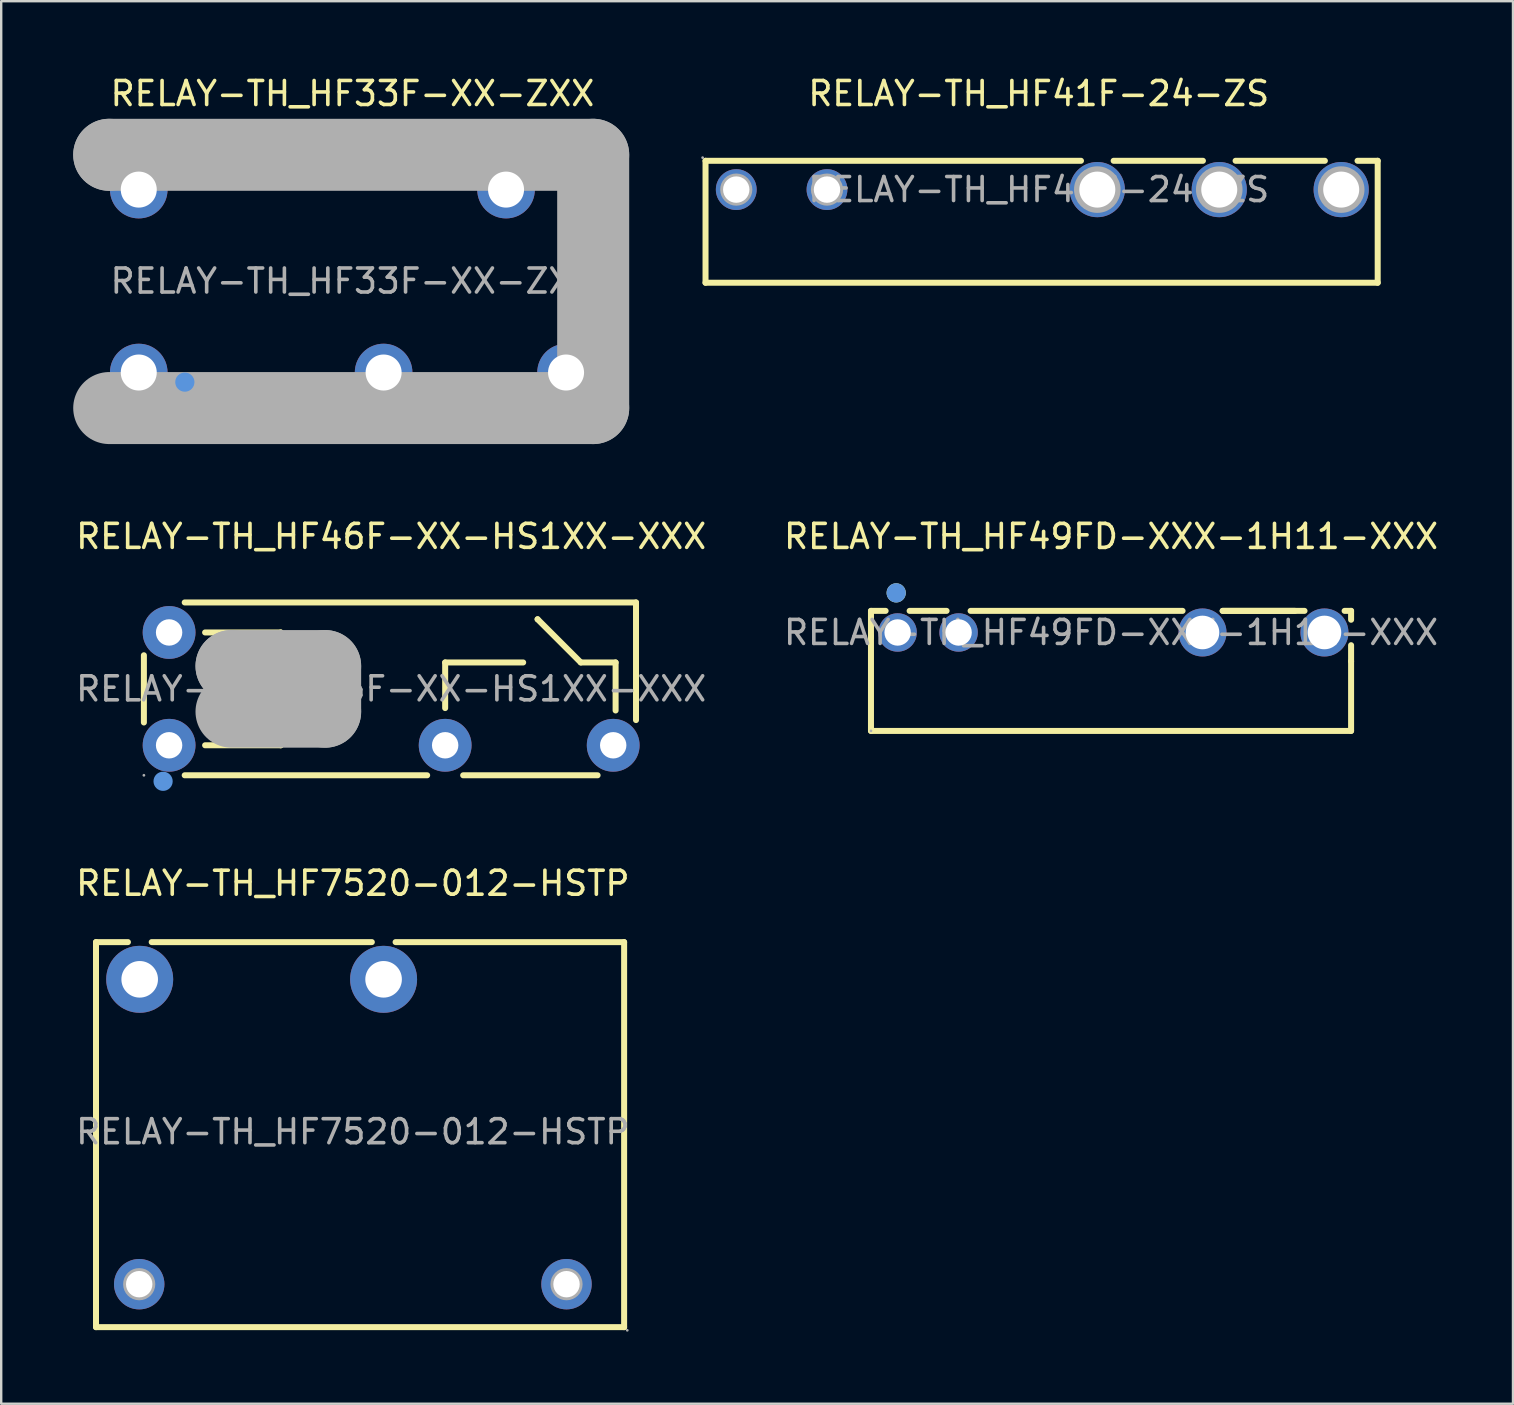
<source format=kicad_pcb>
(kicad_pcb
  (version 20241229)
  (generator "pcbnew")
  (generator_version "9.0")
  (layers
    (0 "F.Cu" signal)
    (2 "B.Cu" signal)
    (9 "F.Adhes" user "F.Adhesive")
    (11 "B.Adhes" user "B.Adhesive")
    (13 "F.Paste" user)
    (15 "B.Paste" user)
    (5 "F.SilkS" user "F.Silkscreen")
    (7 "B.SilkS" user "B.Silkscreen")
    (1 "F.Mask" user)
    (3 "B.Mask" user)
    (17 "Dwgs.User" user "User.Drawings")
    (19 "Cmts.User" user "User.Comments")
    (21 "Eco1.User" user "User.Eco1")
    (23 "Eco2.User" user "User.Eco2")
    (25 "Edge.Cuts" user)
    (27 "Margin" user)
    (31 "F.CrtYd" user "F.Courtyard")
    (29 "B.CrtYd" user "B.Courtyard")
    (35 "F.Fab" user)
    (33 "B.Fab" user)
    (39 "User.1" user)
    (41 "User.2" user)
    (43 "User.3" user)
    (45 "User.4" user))
  (footprint "RELAY-TH_HF41F-24-ZS"
    (layer "F.Cu")
    (at 40.22 4.848)
    (property "Reference" "RELAY-TH_HF41F-24-ZS" (at 0 -4 0) (layer "F.SilkS") (effects (font (size 1 1) (thickness 0.15))))
    (attr through_hole)
    (fp_line (start -13.88 3.88) (end -13.88 -1.2) (stroke (width 0.25) (type solid)) (layer "F.SilkS"))
    (fp_line (start 1.76 -1.2) (end -13.88 -1.2) (stroke (width 0.25) (type solid)) (layer "F.SilkS"))
    (fp_line (start 6.84 -1.2) (end 3.12 -1.2) (stroke (width 0.25) (type solid)) (layer "F.SilkS"))
    (fp_line (start 11.92 -1.2) (end 8.2 -1.2) (stroke (width 0.25) (type solid)) (layer "F.SilkS"))
    (fp_line (start 14.12 -1.2) (end 13.28 -1.2) (stroke (width 0.25) (type solid)) (layer "F.SilkS"))
    (fp_line (start 14.12 -1.2) (end 14.12 3.88) (stroke (width 0.25) (type solid)) (layer "F.SilkS"))
    (fp_line (start 14.12 3.88) (end -13.88 3.88) (stroke (width 0.25) (type solid)) (layer "F.SilkS"))
    (fp_circle (center -14 -1.33) (end -13.97 -1.33) (stroke (width 0.06) (type solid)) (fill no) (layer "F.Fab"))
    (fp_circle (center -12.6 0) (end -12.38 0) (stroke (width 0.45) (type solid)) (fill no) (layer "F.Fab"))
    (fp_circle (center -8.82 0) (end -8.6 0) (stroke (width 0.45) (type solid)) (fill no) (layer "F.Fab"))
    (fp_circle (center 2.44 0) (end 2.76 0) (stroke (width 0.65) (type solid)) (fill no) (layer "F.Fab"))
    (fp_circle (center 7.52 0) (end 7.84 0) (stroke (width 0.65) (type solid)) (fill no) (layer "F.Fab"))
    (fp_circle (center 12.6 0) (end 12.92 0) (stroke (width 0.65) (type solid)) (fill no) (layer "F.Fab"))
    (fp_text user "${REFERENCE}" (at 0 0 0) (layer "F.Fab") (effects (font (size 1 1) (thickness 0.15))))
    (pad "1" thru_hole circle (at -12.6 0) (size 1.7 1.7) (drill 1.1) (layers "*.Cu" "*.Paste" "*.Mask"))
    (pad "2" thru_hole circle (at -8.82 0) (size 1.7 1.7) (drill 1.1) (layers "*.Cu" "*.Paste" "*.Mask"))
    (pad "3" thru_hole circle (at 2.44 0) (size 2.3 2.3) (drill 1.5) (layers "*.Cu" "*.Paste" "*.Mask"))
    (pad "4" thru_hole circle (at 7.52 0) (size 2.3 2.3) (drill 1.5) (layers "*.Cu" "*.Paste" "*.Mask"))
    (pad "5" thru_hole circle (at 12.6 0) (size 2.3 2.3) (drill 1.5) (layers "*.Cu" "*.Paste" "*.Mask")))
  (footprint "RELAY-TH_HF33F-XX-ZXX"
    (layer "F.Cu")
    (at 11.63 8.658)
    (property "Reference" "RELAY-TH_HF33F-XX-ZXX" (at 0 -7.81 0) (layer "F.SilkS") (effects (font (size 1 1) (thickness 0.15))))
    (attr through_hole)
    (fp_circle (center -7.22 4.48) (end -7.02 4.48) (stroke (width 0.4) (type solid)) (fill no) (layer "F.SilkS"))
    (fp_circle (center -6.98 4.21) (end -6.78 4.21) (stroke (width 0.4) (type solid)) (fill no) (layer "Cmts.User"))
    (fp_line (start -10.13 -5.26) (end -10.13 -5.26) (stroke (width 3) (type solid)) (layer "F.Fab"))
    (fp_line (start -10.13 -5.26) (end 10.03 -5.26) (stroke (width 3) (type solid)) (layer "F.Fab"))
    (fp_line (start 10.03 -5.26) (end 10.03 5.29) (stroke (width 3) (type solid)) (layer "F.Fab"))
    (fp_line (start 10.03 5.29) (end -10.13 5.29) (stroke (width 3) (type solid)) (layer "F.Fab"))
    (fp_circle (center -10.01 5.1) (end -9.98 5.1) (stroke (width 0.06) (type solid)) (fill no) (layer "F.Fab"))
    (fp_text user "${REFERENCE}" (at 0 0 0) (layer "F.Fab") (effects (font (size 1 1) (thickness 0.15))))
    (pad "1" thru_hole circle (at -8.9 3.81) (size 2.4 2.4) (drill 1.5) (layers "*.Cu" "*.Paste" "*.Mask"))
    (pad "2" thru_hole circle (at -8.9 -3.81) (size 2.4 2.4) (drill 1.5) (layers "*.Cu" "*.Paste" "*.Mask"))
    (pad "3" thru_hole circle (at 1.3 3.81) (size 2.4 2.4) (drill 1.5) (layers "*.Cu" "*.Paste" "*.Mask"))
    (pad "4" thru_hole circle (at 8.9 3.81) (size 2.4 2.4) (drill 1.5) (layers "*.Cu" "*.Paste" "*.Mask"))
    (pad "5" thru_hole circle (at 6.4 -3.81) (size 2.4 2.4) (drill 1.5) (layers "*.Cu" "*.Paste" "*.Mask")))
  (footprint "RELAY-TH_HF49FD-XXX-1H11-XXX"
    (layer "F.Cu")
    (at 43.232 23.297)
    (property "Reference" "RELAY-TH_HF49FD-XXX-1H11-XXX" (at 0 -4 0) (layer "F.SilkS") (effects (font (size 1 1) (thickness 0.15))))
    (attr through_hole)
    (fp_line (start -10 -0.9) (end -9.39 -0.9) (stroke (width 0.25) (type solid)) (layer "F.SilkS"))
    (fp_line (start -10 0.2) (end -10 -0.9) (stroke (width 0.25) (type solid)) (layer "F.SilkS"))
    (fp_line (start -10 4.1) (end -10 0.15) (stroke (width 0.25) (type solid)) (layer "F.SilkS"))
    (fp_line (start -8.39 -0.9) (end -6.85 -0.9) (stroke (width 0.25) (type solid)) (layer "F.SilkS"))
    (fp_line (start -5.85 -0.9) (end 2.98 -0.9) (stroke (width 0.25) (type solid)) (layer "F.SilkS"))
    (fp_line (start 4.65 -0.9) (end 7.66 -0.9) (stroke (width 0.25) (type solid)) (layer "F.SilkS"))
    (fp_line (start 4.65 -0.9) (end 8.06 -0.9) (stroke (width 0.25) (type solid)) (layer "F.SilkS"))
    (fp_line (start 10 -0.9) (end 9.73 -0.9) (stroke (width 0.25) (type solid)) (layer "F.SilkS"))
    (fp_line (start 10 -0.53) (end 10 -0.9) (stroke (width 0.25) (type solid)) (layer "F.SilkS"))
    (fp_line (start 10 1.2) (end 10 0.53) (stroke (width 0.25) (type solid)) (layer "F.SilkS"))
    (fp_line (start 10 4.1) (end -10 4.1) (stroke (width 0.25) (type solid)) (layer "F.SilkS"))
    (fp_line (start 10 4.1) (end 10 1.2) (stroke (width 0.25) (type solid)) (layer "F.SilkS"))
    (fp_circle (center -8.95 -1.65) (end -8.75 -1.65) (stroke (width 0.4) (type solid)) (fill no) (layer "F.SilkS"))
    (fp_circle (center -8.95 -1.65) (end -8.75 -1.65) (stroke (width 0.4) (type solid)) (fill no) (layer "Cmts.User"))
    (fp_circle (center -10 4.1) (end -9.97 4.1) (stroke (width 0.06) (type solid)) (fill no) (layer "F.Fab"))
    (fp_text user "${REFERENCE}" (at 0 0 0) (layer "F.Fab") (effects (font (size 1 1) (thickness 0.15))))
    (pad "1" thru_hole circle (at -8.89 0) (size 1.6 1.6) (drill 1.1) (layers "*.Cu" "*.Paste" "*.Mask"))
    (pad "2" thru_hole circle (at -6.35 0) (size 1.6 1.6) (drill 1.1) (layers "*.Cu" "*.Paste" "*.Mask"))
    (pad "3" thru_hole circle (at 3.81 0) (size 2 2) (drill 1.4) (layers "*.Cu" "*.Paste" "*.Mask"))
    (pad "4" thru_hole circle (at 8.89 0) (size 2 2) (drill 1.4) (layers "*.Cu" "*.Paste" "*.Mask")))
  (footprint "RELAY-TH_HF7520-012-HSTP"
    (layer "F.Cu")
    (at 11.649 44.095)
    (property "Reference" "RELAY-TH_HF7520-012-HSTP" (at 0 -10.35 0) (layer "F.SilkS") (effects (font (size 1 1) (thickness 0.15))))
    (attr through_hole)
    (fp_line (start -10.7 -7.9) (end -10.7 8.14) (stroke (width 0.25) (type solid)) (layer "F.SilkS"))
    (fp_line (start -10.7 -7.9) (end -9.37 -7.9) (stroke (width 0.25) (type solid)) (layer "F.SilkS"))
    (fp_line (start -8.38 -7.9) (end 0.79 -7.9) (stroke (width 0.25) (type solid)) (layer "F.SilkS"))
    (fp_line (start 1.78 -7.9) (end 11.3 -7.9) (stroke (width 0.25) (type solid)) (layer "F.SilkS"))
    (fp_line (start 11.3 -7.9) (end 11.3 8.14) (stroke (width 0.25) (type solid)) (layer "F.SilkS"))
    (fp_line (start 11.3 8.14) (end -10.7 8.14) (stroke (width 0.25) (type solid)) (layer "F.SilkS"))
    (fp_circle (center -8.9 6.35) (end -8.68 6.35) (stroke (width 0.45) (type solid)) (fill no) (layer "F.Fab"))
    (fp_circle (center -8.88 -6.35) (end -8.55 -6.35) (stroke (width 0.66) (type solid)) (fill no) (layer "F.Fab"))
    (fp_circle (center 1.28 -6.35) (end 1.61 -6.35) (stroke (width 0.66) (type solid)) (fill no) (layer "F.Fab"))
    (fp_circle (center 8.9 6.35) (end 9.12 6.35) (stroke (width 0.45) (type solid)) (fill no) (layer "F.Fab"))
    (fp_circle (center 11.43 8.27) (end 11.46 8.27) (stroke (width 0.06) (type solid)) (fill no) (layer "F.Fab"))
    (fp_text user "${REFERENCE}" (at 0 0 0) (layer "F.Fab") (effects (font (size 1 1) (thickness 0.15))))
    (pad "1" thru_hole circle (at 8.9 6.35) (size 2.1 2.1) (drill 1.1) (layers "*.Cu" "*.Paste" "*.Mask"))
    (pad "2" thru_hole circle (at -8.9 6.35) (size 2.1 2.1) (drill 1.1) (layers "*.Cu" "*.Paste" "*.Mask"))
    (pad "3" thru_hole circle (at -8.88 -6.35) (size 2.79 2.79) (drill 1.524) (layers "*.Cu" "*.Paste" "*.Mask"))
    (pad "4" thru_hole circle (at 1.28 -6.35) (size 2.79 2.79) (drill 1.524) (layers "*.Cu" "*.Paste" "*.Mask")))
  (footprint "RELAY-TH_HF46F-XX-HS1XX-XXX"
    (layer "F.Cu")
    (at 13.244 25.646)
    (property "Reference" "RELAY-TH_HF46F-XX-HS1XX-XXX" (at 0 -6.35 0) (layer "F.SilkS") (effects (font (size 1 1) (thickness 0.15))))
    (attr through_hole)
    (fp_line (start -10.3 -1.4) (end -10.3 1.4) (stroke (width 0.25) (type solid)) (layer "F.SilkS"))
    (fp_line (start -4.6 -2.35) (end -7.75 -2.35) (stroke (width 0.25) (type solid)) (layer "F.SilkS"))
    (fp_line (start -4.6 -0.95) (end -4.6 -2.35) (stroke (width 0.25) (type solid)) (layer "F.SilkS"))
    (fp_line (start -4.6 1) (end -4.6 2.35) (stroke (width 0.25) (type solid)) (layer "F.SilkS"))
    (fp_line (start -4.6 2.35) (end -7.75 2.35) (stroke (width 0.25) (type solid)) (layer "F.SilkS"))
    (fp_line (start 1.5 3.6) (end -8.6 3.6) (stroke (width 0.25) (type solid)) (layer "F.SilkS"))
    (fp_line (start 2.25 -1.1) (end 5.5 -1.1) (stroke (width 0.25) (type solid)) (layer "F.SilkS"))
    (fp_line (start 2.25 0.8) (end 2.25 -1.1) (stroke (width 0.25) (type solid)) (layer "F.SilkS"))
    (fp_line (start 6.1 -2.9) (end 6.1 -2.9) (stroke (width 0.25) (type solid)) (layer "F.SilkS"))
    (fp_line (start 7.9 -1.1) (end 6.1 -2.9) (stroke (width 0.25) (type solid)) (layer "F.SilkS"))
    (fp_line (start 8.6 3.6) (end 3 3.6) (stroke (width 0.25) (type solid)) (layer "F.SilkS"))
    (fp_line (start 9.35 -1.1) (end 7.9 -1.1) (stroke (width 0.25) (type solid)) (layer "F.SilkS"))
    (fp_line (start 9.35 0.9) (end 9.35 -1.1) (stroke (width 0.25) (type solid)) (layer "F.SilkS"))
    (fp_line (start 10.2 -3.6) (end -8.6 -3.6) (stroke (width 0.25) (type solid)) (layer "F.SilkS"))
    (fp_line (start 10.2 -3.6) (end 10.2 1.3) (stroke (width 0.25) (type solid)) (layer "F.SilkS"))
    (fp_circle (center -9.5 3.85) (end -9.3 3.85) (stroke (width 0.4) (type solid)) (fill no) (layer "Cmts.User"))
    (fp_line (start -6.65 -0.95) (end -6.65 -0.95) (stroke (width 3) (type solid)) (layer "F.Fab"))
    (fp_line (start -6.65 -0.95) (end -2.75 -0.95) (stroke (width 3) (type solid)) (layer "F.Fab"))
    (fp_line (start -2.75 -0.95) (end -2.75 0.95) (stroke (width 3) (type solid)) (layer "F.Fab"))
    (fp_line (start -2.75 0.95) (end -6.65 0.95) (stroke (width 3) (type solid)) (layer "F.Fab"))
    (fp_circle (center -10.3 3.6) (end -10.27 3.6) (stroke (width 0.06) (type solid)) (fill no) (layer "F.Fab"))
    (fp_circle (center -9.25 -2.35) (end -9.15 -2.35) (stroke (width 0.2) (type solid)) (fill no) (layer "F.Fab"))
    (fp_circle (center -9.25 2.35) (end -9.15 2.35) (stroke (width 0.2) (type solid)) (fill no) (layer "F.Fab"))
    (fp_text user "${REFERENCE}" (at 0 0 0) (layer "F.Fab") (effects (font (size 1 1) (thickness 0.15))))
    (pad "1" thru_hole circle (at -9.25 2.35) (size 2.2 2.2) (drill 1.1) (layers "*.Cu" "*.Paste" "*.Mask"))
    (pad "2" thru_hole circle (at -9.25 -2.35) (size 2.2 2.2) (drill 1.1) (layers "*.Cu" "*.Paste" "*.Mask"))
    (pad "3" thru_hole circle (at 2.25 2.35) (size 2.2 2.2) (drill 1.1) (layers "*.Cu" "*.Paste" "*.Mask"))
    (pad "4" thru_hole circle (at 9.25 2.35) (size 2.2 2.2) (drill 1.1) (layers "*.Cu" "*.Paste" "*.Mask")))
  (gr_rect
    (start -3 -3)
    (end 59.976 55.425)
    (stroke (width 0.1) (type default))
    (fill no)
    (layer "Edge.Cuts")))
</source>
